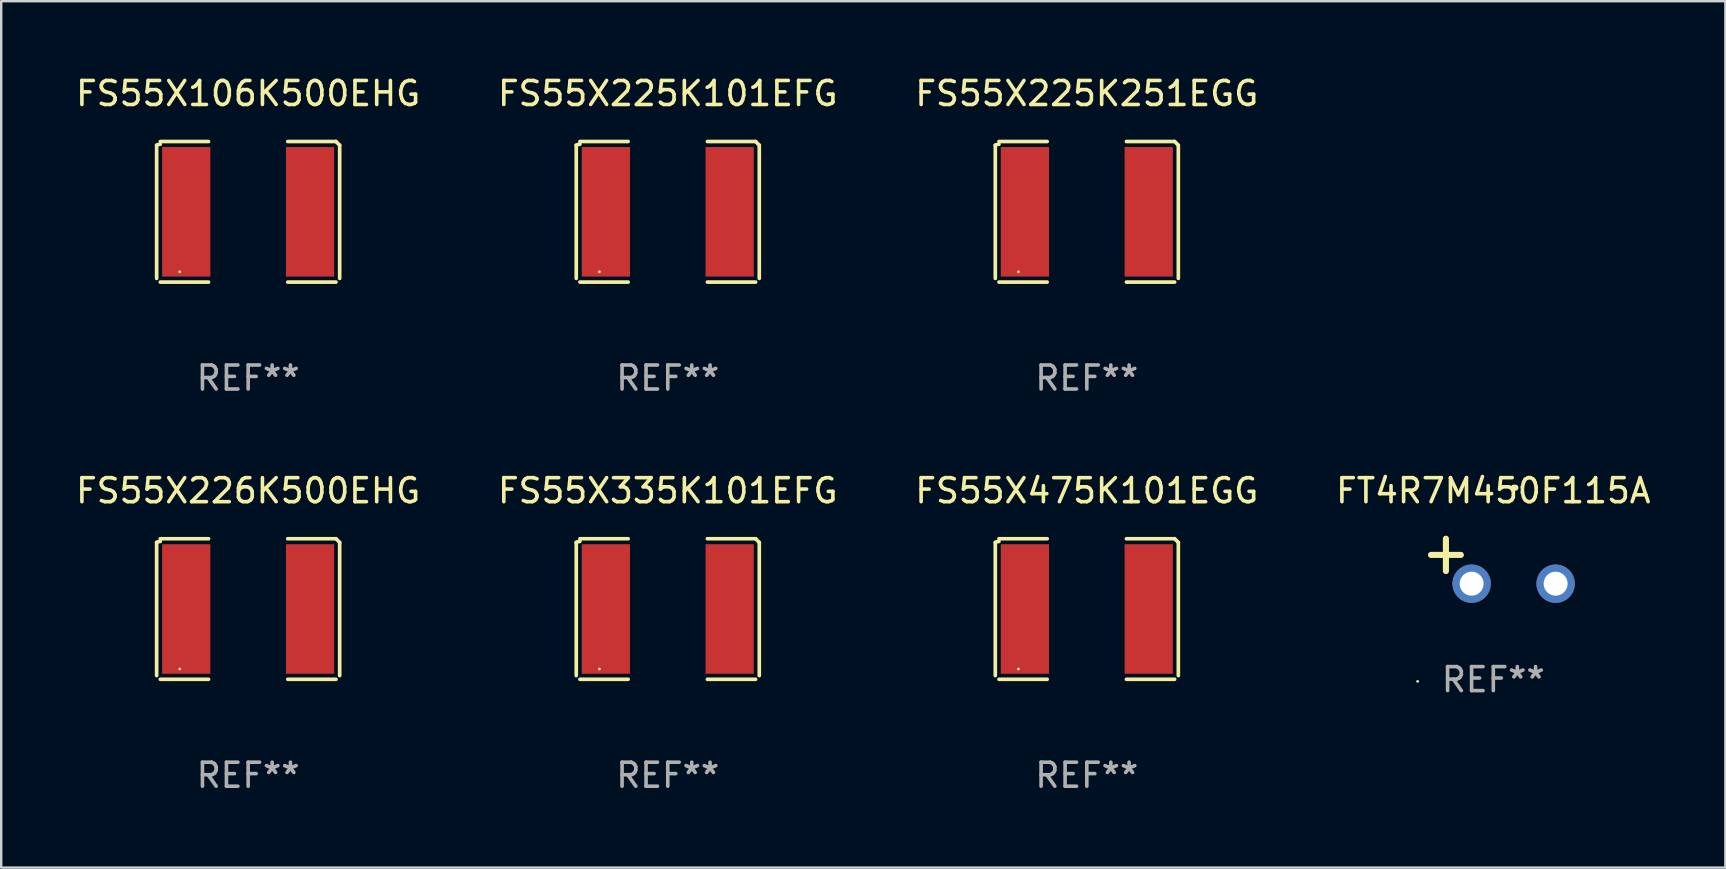
<source format=kicad_pcb>
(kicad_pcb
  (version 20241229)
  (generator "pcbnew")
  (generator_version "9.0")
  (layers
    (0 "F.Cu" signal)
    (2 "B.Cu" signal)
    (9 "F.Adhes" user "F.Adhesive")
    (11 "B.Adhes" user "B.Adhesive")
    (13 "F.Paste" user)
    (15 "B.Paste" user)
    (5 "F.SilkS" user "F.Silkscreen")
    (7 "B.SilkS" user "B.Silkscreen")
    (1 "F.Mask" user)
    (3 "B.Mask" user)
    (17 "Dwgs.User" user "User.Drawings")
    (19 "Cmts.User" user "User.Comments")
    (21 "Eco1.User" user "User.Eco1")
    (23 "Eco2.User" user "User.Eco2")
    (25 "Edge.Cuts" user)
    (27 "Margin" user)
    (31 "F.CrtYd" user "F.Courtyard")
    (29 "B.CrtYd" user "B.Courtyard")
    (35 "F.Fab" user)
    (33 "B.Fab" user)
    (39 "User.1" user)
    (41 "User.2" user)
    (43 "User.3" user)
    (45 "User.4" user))
  (footprint "FS55X475K101EGG"
    (layer "F.Cu")
    (at 42.244 22.331)
    (property "Reference" "FS55X475K101EGG" (at 0 -4.929 0) (layer "F.SilkS") (effects (font (size 1 1) (thickness 0.15))))
    (attr through_hole)
    (fp_line (start -3.814 2.776) (end -3.814 -2.776) (stroke (width 0.152) (type solid)) (layer "F.SilkS"))
    (fp_line (start -3.661 -2.929) (end -1.651 -2.929) (stroke (width 0.152) (type solid)) (layer "F.SilkS"))
    (fp_line (start -1.651 2.929) (end -3.661 2.929) (stroke (width 0.152) (type solid)) (layer "F.SilkS"))
    (fp_line (start 1.651 2.929) (end 3.661 2.929) (stroke (width 0.152) (type solid)) (layer "F.SilkS"))
    (fp_line (start 3.661 -2.929) (end 1.651 -2.929) (stroke (width 0.152) (type solid)) (layer "F.SilkS"))
    (fp_line (start 3.814 2.776) (end 3.814 -2.776) (stroke (width 0.152) (type solid)) (layer "F.SilkS"))
    (fp_arc (start -3.813614 -2.7762) (mid -3.739925 -2.805625) (end -3.661214 -2.815646) (stroke (width 0.1524) (type solid)) (layer "F.SilkS"))
    (fp_arc (start 3.661214 -2.9286) (mid 3.737425 -2.852411) (end 3.813614 -2.7762) (stroke (width 0.1524) (type solid)) (layer "F.SilkS"))
    (fp_circle (center -2.85 2.5) (end -2.82 2.5) (stroke (width 0.06) (type solid)) (fill no) (layer "F.SilkS"))
    (fp_text user "REF**" (at 0 6.929 0) (layer "F.Fab") (effects (font (size 1 1) (thickness 0.15))))
    (pad "1" smd rect (at -2.58 0) (size 2.01 5.4) (layers "F.Cu" "F.Mask" "F.Paste"))
    (pad "2" smd rect (at 2.58 0) (size 2.01 5.4) (layers "F.Cu" "F.Mask" "F.Paste")))
  (footprint "FS55X225K101EFG"
    (layer "F.Cu")
    (at 24.78 5.777)
    (property "Reference" "FS55X225K101EFG" (at 0 -4.929 0) (layer "F.SilkS") (effects (font (size 1 1) (thickness 0.15))))
    (attr through_hole)
    (fp_line (start -3.814 2.776) (end -3.814 -2.776) (stroke (width 0.152) (type solid)) (layer "F.SilkS"))
    (fp_line (start -3.661 -2.929) (end -1.651 -2.929) (stroke (width 0.152) (type solid)) (layer "F.SilkS"))
    (fp_line (start -1.651 2.929) (end -3.661 2.929) (stroke (width 0.152) (type solid)) (layer "F.SilkS"))
    (fp_line (start 1.651 2.929) (end 3.661 2.929) (stroke (width 0.152) (type solid)) (layer "F.SilkS"))
    (fp_line (start 3.661 -2.929) (end 1.651 -2.929) (stroke (width 0.152) (type solid)) (layer "F.SilkS"))
    (fp_line (start 3.814 2.776) (end 3.814 -2.776) (stroke (width 0.152) (type solid)) (layer "F.SilkS"))
    (fp_arc (start -3.813614 -2.7762) (mid -3.739925 -2.805625) (end -3.661214 -2.815646) (stroke (width 0.1524) (type solid)) (layer "F.SilkS"))
    (fp_arc (start 3.661214 -2.9286) (mid 3.737425 -2.852411) (end 3.813614 -2.7762) (stroke (width 0.1524) (type solid)) (layer "F.SilkS"))
    (fp_circle (center -2.85 2.5) (end -2.82 2.5) (stroke (width 0.06) (type solid)) (fill no) (layer "F.SilkS"))
    (fp_text user "REF**" (at 0 6.929 0) (layer "F.Fab") (effects (font (size 1 1) (thickness 0.15))))
    (pad "1" smd rect (at -2.58 0) (size 2.01 5.4) (layers "F.Cu" "F.Mask" "F.Paste"))
    (pad "2" smd rect (at 2.58 0) (size 2.01 5.4) (layers "F.Cu" "F.Mask" "F.Paste")))
  (footprint "FS55X106K500EHG"
    (layer "F.Cu")
    (at 7.292 5.777)
    (property "Reference" "FS55X106K500EHG" (at 0 -4.929 0) (layer "F.SilkS") (effects (font (size 1 1) (thickness 0.15))))
    (attr through_hole)
    (fp_line (start -3.814 2.776) (end -3.814 -2.776) (stroke (width 0.152) (type solid)) (layer "F.SilkS"))
    (fp_line (start -3.661 -2.929) (end -1.651 -2.929) (stroke (width 0.152) (type solid)) (layer "F.SilkS"))
    (fp_line (start -1.651 2.929) (end -3.661 2.929) (stroke (width 0.152) (type solid)) (layer "F.SilkS"))
    (fp_line (start 1.651 2.929) (end 3.661 2.929) (stroke (width 0.152) (type solid)) (layer "F.SilkS"))
    (fp_line (start 3.661 -2.929) (end 1.651 -2.929) (stroke (width 0.152) (type solid)) (layer "F.SilkS"))
    (fp_line (start 3.814 2.776) (end 3.814 -2.776) (stroke (width 0.152) (type solid)) (layer "F.SilkS"))
    (fp_arc (start -3.813614 -2.7762) (mid -3.739925 -2.805625) (end -3.661214 -2.815646) (stroke (width 0.1524) (type solid)) (layer "F.SilkS"))
    (fp_arc (start 3.661214 -2.9286) (mid 3.737425 -2.852411) (end 3.813614 -2.7762) (stroke (width 0.1524) (type solid)) (layer "F.SilkS"))
    (fp_circle (center -2.85 2.5) (end -2.82 2.5) (stroke (width 0.06) (type solid)) (fill no) (layer "F.SilkS"))
    (fp_text user "REF**" (at 0 6.929 0) (layer "F.Fab") (effects (font (size 1 1) (thickness 0.15))))
    (pad "1" smd rect (at -2.58 0) (size 2.01 5.4) (layers "F.Cu" "F.Mask" "F.Paste"))
    (pad "2" smd rect (at 2.58 0) (size 2.01 5.4) (layers "F.Cu" "F.Mask" "F.Paste")))
  (footprint "FS55X225K251EGG"
    (layer "F.Cu")
    (at 42.244 5.777)
    (property "Reference" "FS55X225K251EGG" (at 0 -4.929 0) (layer "F.SilkS") (effects (font (size 1 1) (thickness 0.15))))
    (attr through_hole)
    (fp_line (start -3.814 2.776) (end -3.814 -2.776) (stroke (width 0.152) (type solid)) (layer "F.SilkS"))
    (fp_line (start -3.661 -2.929) (end -1.651 -2.929) (stroke (width 0.152) (type solid)) (layer "F.SilkS"))
    (fp_line (start -1.651 2.929) (end -3.661 2.929) (stroke (width 0.152) (type solid)) (layer "F.SilkS"))
    (fp_line (start 1.651 2.929) (end 3.661 2.929) (stroke (width 0.152) (type solid)) (layer "F.SilkS"))
    (fp_line (start 3.661 -2.929) (end 1.651 -2.929) (stroke (width 0.152) (type solid)) (layer "F.SilkS"))
    (fp_line (start 3.814 2.776) (end 3.814 -2.776) (stroke (width 0.152) (type solid)) (layer "F.SilkS"))
    (fp_arc (start -3.813614 -2.7762) (mid -3.739925 -2.805625) (end -3.661214 -2.815646) (stroke (width 0.1524) (type solid)) (layer "F.SilkS"))
    (fp_arc (start 3.661214 -2.9286) (mid 3.737425 -2.852411) (end 3.813614 -2.7762) (stroke (width 0.1524) (type solid)) (layer "F.SilkS"))
    (fp_circle (center -2.85 2.5) (end -2.82 2.5) (stroke (width 0.06) (type solid)) (fill no) (layer "F.SilkS"))
    (fp_text user "REF**" (at 0 6.929 0) (layer "F.Fab") (effects (font (size 1 1) (thickness 0.15))))
    (pad "1" smd rect (at -2.58 0) (size 2.01 5.4) (layers "F.Cu" "F.Mask" "F.Paste"))
    (pad "2" smd rect (at 2.58 0) (size 2.01 5.4) (layers "F.Cu" "F.Mask" "F.Paste")))
  (footprint "FS55X335K101EFG"
    (layer "F.Cu")
    (at 24.78 22.331)
    (property "Reference" "FS55X335K101EFG" (at 0 -4.929 0) (layer "F.SilkS") (effects (font (size 1 1) (thickness 0.15))))
    (attr through_hole)
    (fp_line (start -3.814 2.776) (end -3.814 -2.776) (stroke (width 0.152) (type solid)) (layer "F.SilkS"))
    (fp_line (start -3.661 -2.929) (end -1.651 -2.929) (stroke (width 0.152) (type solid)) (layer "F.SilkS"))
    (fp_line (start -1.651 2.929) (end -3.661 2.929) (stroke (width 0.152) (type solid)) (layer "F.SilkS"))
    (fp_line (start 1.651 2.929) (end 3.661 2.929) (stroke (width 0.152) (type solid)) (layer "F.SilkS"))
    (fp_line (start 3.661 -2.929) (end 1.651 -2.929) (stroke (width 0.152) (type solid)) (layer "F.SilkS"))
    (fp_line (start 3.814 2.776) (end 3.814 -2.776) (stroke (width 0.152) (type solid)) (layer "F.SilkS"))
    (fp_arc (start -3.813614 -2.7762) (mid -3.739925 -2.805625) (end -3.661214 -2.815646) (stroke (width 0.1524) (type solid)) (layer "F.SilkS"))
    (fp_arc (start 3.661214 -2.9286) (mid 3.737425 -2.852411) (end 3.813614 -2.7762) (stroke (width 0.1524) (type solid)) (layer "F.SilkS"))
    (fp_circle (center -2.85 2.5) (end -2.82 2.5) (stroke (width 0.06) (type solid)) (fill no) (layer "F.SilkS"))
    (fp_text user "REF**" (at 0 6.929 0) (layer "F.Fab") (effects (font (size 1 1) (thickness 0.15))))
    (pad "1" smd rect (at -2.58 0) (size 2.01 5.4) (layers "F.Cu" "F.Mask" "F.Paste"))
    (pad "2" smd rect (at 2.58 0) (size 2.01 5.4) (layers "F.Cu" "F.Mask" "F.Paste")))
  (footprint "FS55X226K500EHG"
    (layer "F.Cu")
    (at 7.292 22.331)
    (property "Reference" "FS55X226K500EHG" (at 0 -4.929 0) (layer "F.SilkS") (effects (font (size 1 1) (thickness 0.15))))
    (attr through_hole)
    (fp_line (start -3.814 2.776) (end -3.814 -2.776) (stroke (width 0.152) (type solid)) (layer "F.SilkS"))
    (fp_line (start -3.661 -2.929) (end -1.651 -2.929) (stroke (width 0.152) (type solid)) (layer "F.SilkS"))
    (fp_line (start -1.651 2.929) (end -3.661 2.929) (stroke (width 0.152) (type solid)) (layer "F.SilkS"))
    (fp_line (start 1.651 2.929) (end 3.661 2.929) (stroke (width 0.152) (type solid)) (layer "F.SilkS"))
    (fp_line (start 3.661 -2.929) (end 1.651 -2.929) (stroke (width 0.152) (type solid)) (layer "F.SilkS"))
    (fp_line (start 3.814 2.776) (end 3.814 -2.776) (stroke (width 0.152) (type solid)) (layer "F.SilkS"))
    (fp_arc (start -3.813614 -2.7762) (mid -3.739925 -2.805625) (end -3.661214 -2.815646) (stroke (width 0.1524) (type solid)) (layer "F.SilkS"))
    (fp_arc (start 3.661214 -2.9286) (mid 3.737425 -2.852411) (end 3.813614 -2.7762) (stroke (width 0.1524) (type solid)) (layer "F.SilkS"))
    (fp_circle (center -2.85 2.5) (end -2.82 2.5) (stroke (width 0.06) (type solid)) (fill no) (layer "F.SilkS"))
    (fp_text user "REF**" (at 0 6.929 0) (layer "F.Fab") (effects (font (size 1 1) (thickness 0.15))))
    (pad "1" smd rect (at -2.58 0) (size 2.01 5.4) (layers "F.Cu" "F.Mask" "F.Paste"))
    (pad "2" smd rect (at 2.58 0) (size 2.01 5.4) (layers "F.Cu" "F.Mask" "F.Paste")))
  (footprint "FT4R7M450F115A"
    (layer "F.Cu")
    (at 59.185 20.339)
    (property "Reference" "FT4R7M450F115A" (at 0 -2.937 0) (layer "F.SilkS") (effects (font (size 1 1) (thickness 0.15))))
    (attr through_hole)
    (fp_line (start -1.975 0.41) (end -1.975 -0.937) (stroke (width 0.254) (type solid)) (layer "F.SilkS"))
    (fp_line (start -1.353 -0.263) (end -2.597 -0.263) (stroke (width 0.254) (type solid)) (layer "F.SilkS"))
    (fp_arc (start 0.849809 -3.063957) (mid 0.885369 -3.064114) (end 0.920929 -3.063957) (stroke (width 0.254001) (type solid)) (layer "F.SilkS"))
    (fp_circle (center -3.154 5.008) (end -3.124 5.008) (stroke (width 0.06) (type solid)) (fill no) (layer "F.SilkS"))
    (fp_text user "REF**" (at 0 4.937 0) (layer "F.Fab") (effects (font (size 1 1) (thickness 0.15))))
    (pad "1" thru_hole circle (at -0.903 0.937) (size 1.6 1.6) (drill 1) (layers "*.Cu" "*.Mask"))
    (pad "2" thru_hole circle (at 2.597 0.937) (size 1.6 1.6) (drill 1) (layers "*.Cu" "*.Mask")))
  (gr_rect
    (start -3 -3)
    (end 68.857 33.107)
    (stroke (width 0.1) (type default))
    (fill no)
    (layer "Edge.Cuts")))
</source>
